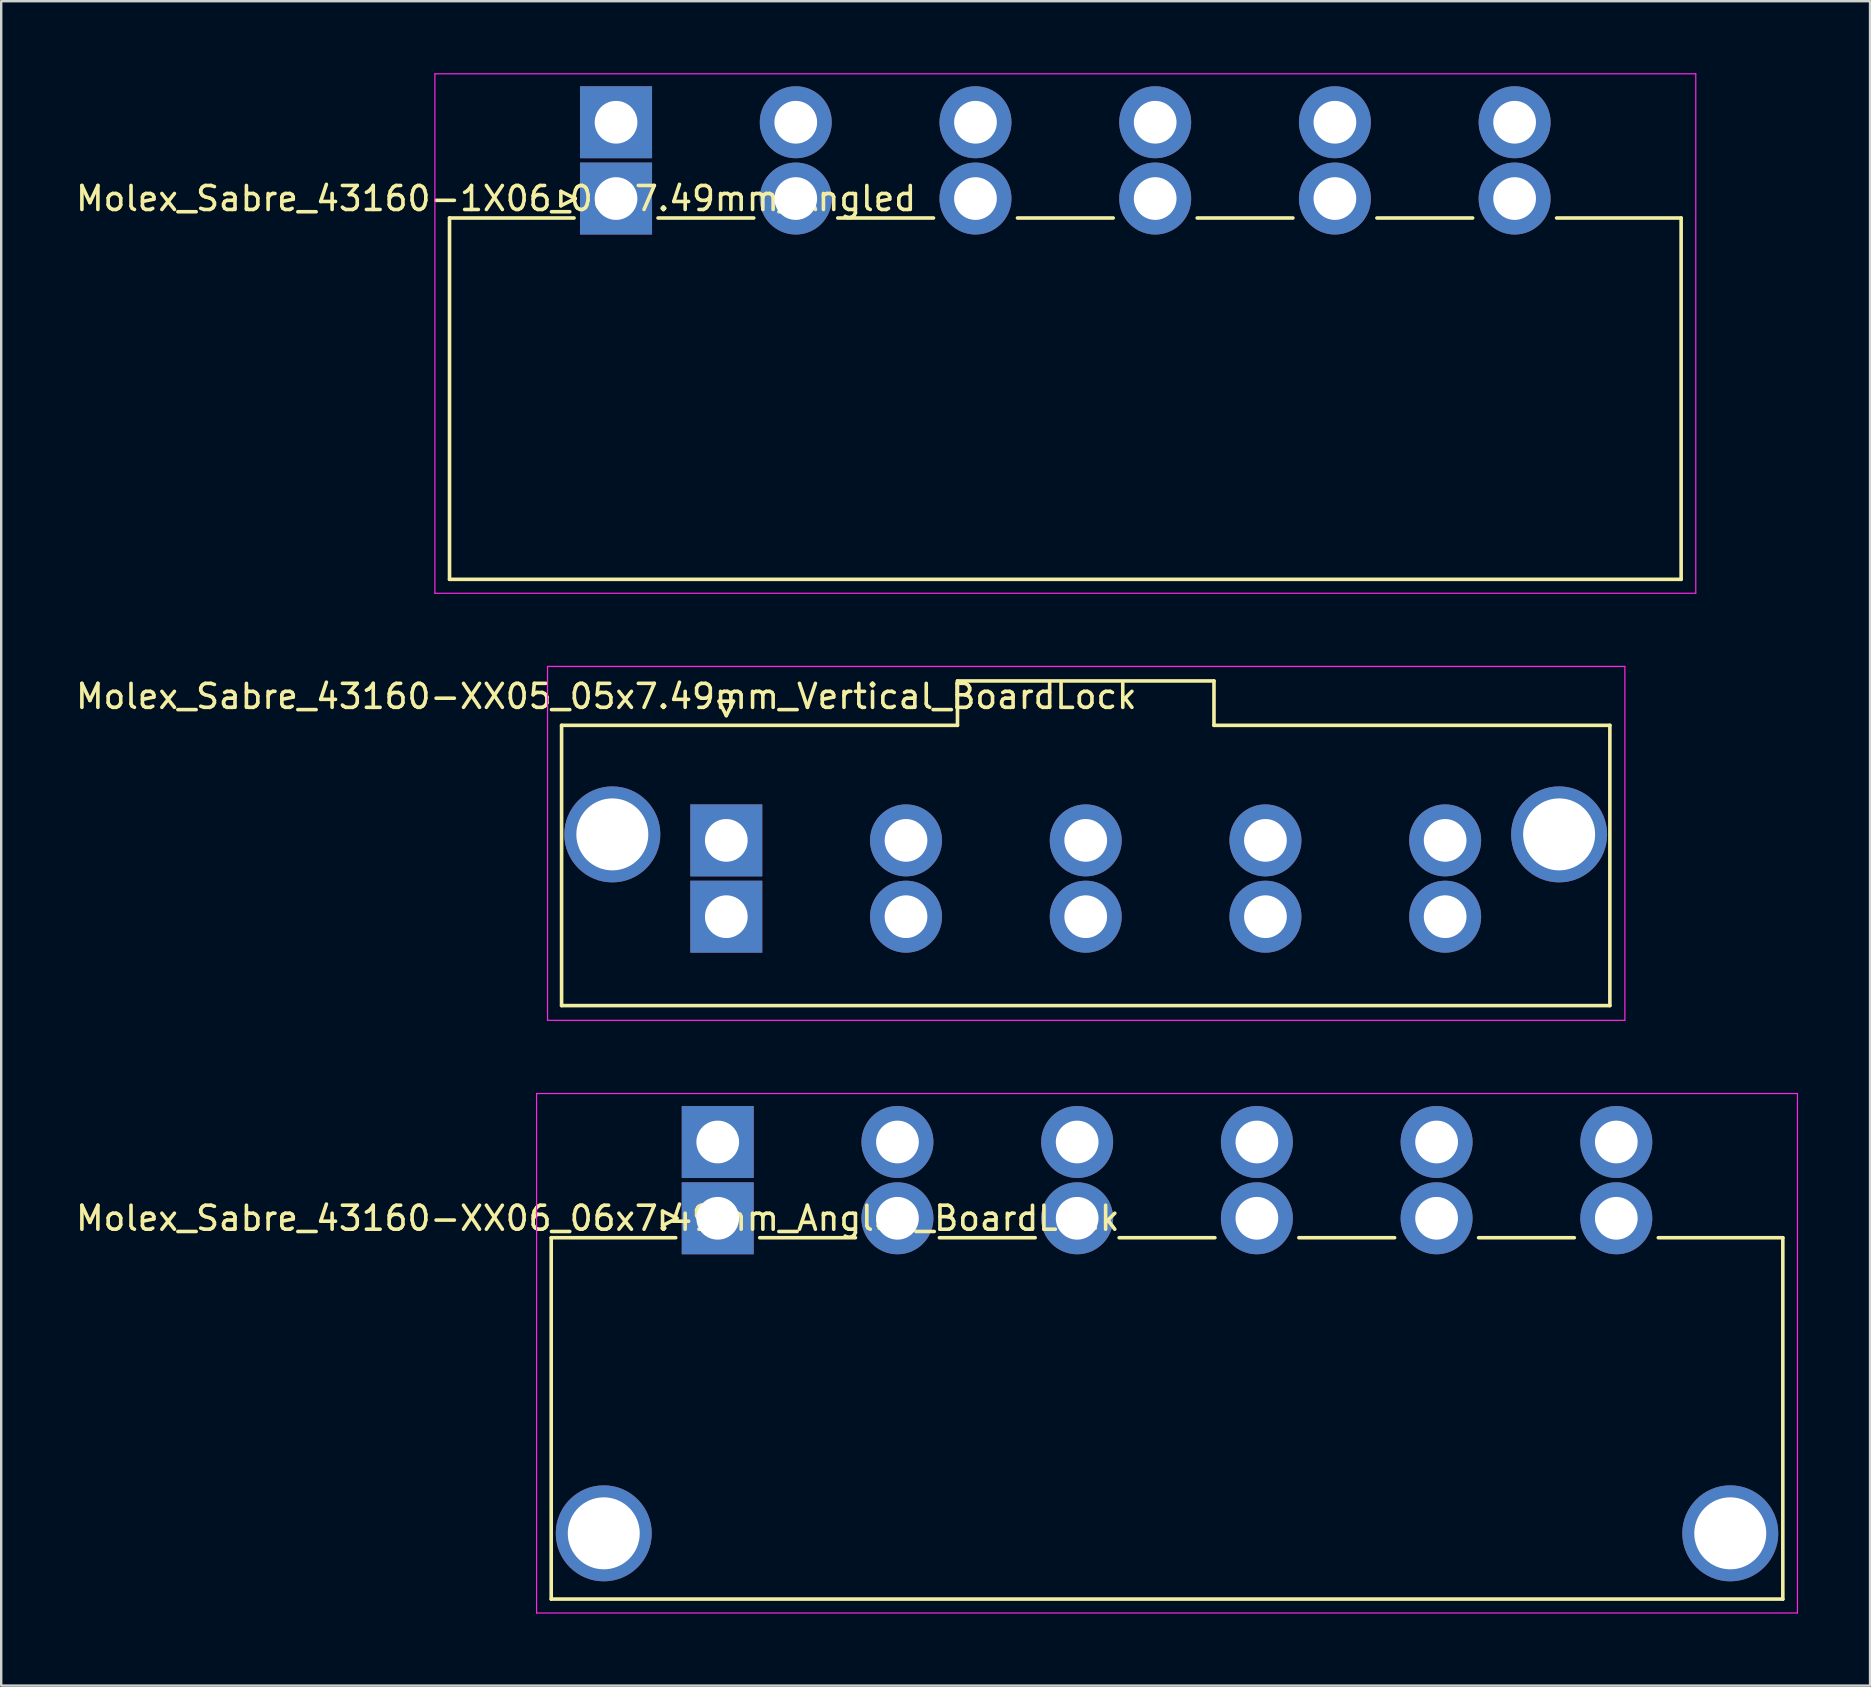
<source format=kicad_pcb>
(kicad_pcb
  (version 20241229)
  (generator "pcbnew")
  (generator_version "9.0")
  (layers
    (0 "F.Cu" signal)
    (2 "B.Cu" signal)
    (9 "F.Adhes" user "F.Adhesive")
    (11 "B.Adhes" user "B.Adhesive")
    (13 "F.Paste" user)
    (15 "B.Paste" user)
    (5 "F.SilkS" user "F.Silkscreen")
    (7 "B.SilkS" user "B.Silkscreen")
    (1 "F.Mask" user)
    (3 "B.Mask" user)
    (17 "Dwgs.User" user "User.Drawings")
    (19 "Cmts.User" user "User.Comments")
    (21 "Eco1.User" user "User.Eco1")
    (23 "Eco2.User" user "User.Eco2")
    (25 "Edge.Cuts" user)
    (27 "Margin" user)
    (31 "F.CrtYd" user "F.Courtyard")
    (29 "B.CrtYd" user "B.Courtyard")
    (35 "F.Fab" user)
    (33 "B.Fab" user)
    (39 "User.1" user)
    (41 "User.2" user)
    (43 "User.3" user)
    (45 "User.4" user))
  (footprint "Molex_Sabre_43160-XX05_05x7.49mm_Vertical_BoardLock"
    (layer "F.Cu")
    (at 27.22 31.975)
    (property "Reference" "Molex_Sabre_43160-XX05_05x7.49mm_Vertical_BoardLock" (at -5 -6 0) (layer "F.SilkS") (effects (font (size 1 1) (thickness 0.15))))
    (attr through_hole)
    (fp_line (start -6.865 -4.795) (end 9.635 -4.795) (stroke (width 0.15) (type solid)) (layer "F.SilkS"))
    (fp_line (start -6.865 6.885) (end -6.865 -4.795) (stroke (width 0.15) (type solid)) (layer "F.SilkS"))
    (fp_line (start -0.3 -5.8) (end 0 -5.2) (stroke (width 0.15) (type solid)) (layer "F.SilkS"))
    (fp_line (start 0 -5.2) (end 0.3 -5.8) (stroke (width 0.15) (type solid)) (layer "F.SilkS"))
    (fp_line (start 0.3 -5.8) (end -0.3 -5.8) (stroke (width 0.15) (type solid)) (layer "F.SilkS"))
    (fp_line (start 9.635 -6.645) (end 20.325 -6.645) (stroke (width 0.15) (type solid)) (layer "F.SilkS"))
    (fp_line (start 9.635 -4.795) (end 9.635 -6.645) (stroke (width 0.15) (type solid)) (layer "F.SilkS"))
    (fp_line (start 20.325 -6.645) (end 20.325 -4.795) (stroke (width 0.15) (type solid)) (layer "F.SilkS"))
    (fp_line (start 20.325 -4.795) (end 36.825 -4.795) (stroke (width 0.15) (type solid)) (layer "F.SilkS"))
    (fp_line (start 36.825 -4.795) (end 36.825 6.885) (stroke (width 0.15) (type solid)) (layer "F.SilkS"))
    (fp_line (start 36.825 6.885) (end -6.865 6.885) (stroke (width 0.15) (type solid)) (layer "F.SilkS"))
    (fp_line (start -7.45 -7.25) (end -7.45 7.5) (stroke (width 0.05) (type solid)) (layer "F.CrtYd"))
    (fp_line (start -7.45 7.5) (end 37.45 7.5) (stroke (width 0.05) (type solid)) (layer "F.CrtYd"))
    (fp_line (start 37.45 -7.25) (end -7.45 -7.25) (stroke (width 0.05) (type solid)) (layer "F.CrtYd"))
    (fp_line (start 37.45 7.5) (end 37.45 -7.25) (stroke (width 0.05) (type solid)) (layer "F.CrtYd"))
    (pad "" thru_hole circle (at -4.75 -0.25) (size 4 4) (drill 3) (layers "*.Cu" "*.Mask"))
    (pad "" thru_hole circle (at 34.71 -0.25) (size 4 4) (drill 3) (layers "*.Cu" "*.Mask"))
    (pad "1" thru_hole rect (at 0 0) (size 3 3) (drill 1.78) (layers "*.Cu" "*.Mask"))
    (pad "1" thru_hole rect (at 0 3.18) (size 3 3) (drill 1.78) (layers "*.Cu" "*.Mask"))
    (pad "2" thru_hole circle (at 7.49 0) (size 3 3) (drill 1.78) (layers "*.Cu" "*.Mask"))
    (pad "2" thru_hole circle (at 7.49 3.18) (size 3 3) (drill 1.78) (layers "*.Cu" "*.Mask"))
    (pad "3" thru_hole circle (at 14.98 0) (size 3 3) (drill 1.78) (layers "*.Cu" "*.Mask"))
    (pad "3" thru_hole circle (at 14.98 3.18) (size 3 3) (drill 1.78) (layers "*.Cu" "*.Mask"))
    (pad "4" thru_hole circle (at 22.47 0) (size 3 3) (drill 1.78) (layers "*.Cu" "*.Mask"))
    (pad "4" thru_hole circle (at 22.47 3.18) (size 3 3) (drill 1.78) (layers "*.Cu" "*.Mask"))
    (pad "5" thru_hole circle (at 29.96 0) (size 3 3) (drill 1.78) (layers "*.Cu" "*.Mask"))
    (pad "5" thru_hole circle (at 29.96 3.18) (size 3 3) (drill 1.78) (layers "*.Cu" "*.Mask")))
  (footprint "Molex_Sabre_43160-XX06_06x7.49mm_Angled_BoardLock"
    (layer "F.Cu")
    (at 26.863 47.725)
    (property "Reference" "Molex_Sabre_43160-XX06_06x7.49mm_Angled_BoardLock" (at -5 0 0) (layer "F.SilkS") (effects (font (size 1 1) (thickness 0.15))))
    (attr through_hole)
    (fp_line (start -6.94 0.81) (end -6.94 15.87) (stroke (width 0.15) (type solid)) (layer "F.SilkS"))
    (fp_line (start -6.94 0.81) (end -1.75 0.81) (stroke (width 0.15) (type solid)) (layer "F.SilkS"))
    (fp_line (start -6.94 15.87) (end 44.39 15.87) (stroke (width 0.15) (type solid)) (layer "F.SilkS"))
    (fp_line (start -2.3 -0.3) (end -1.7 0) (stroke (width 0.15) (type solid)) (layer "F.SilkS"))
    (fp_line (start -2.3 0.3) (end -2.3 -0.3) (stroke (width 0.15) (type solid)) (layer "F.SilkS"))
    (fp_line (start -1.7 0) (end -2.3 0.3) (stroke (width 0.15) (type solid)) (layer "F.SilkS"))
    (fp_line (start 1.75 0.81) (end 5.74 0.81) (stroke (width 0.15) (type solid)) (layer "F.SilkS"))
    (fp_line (start 9.24 0.81) (end 13.23 0.81) (stroke (width 0.15) (type solid)) (layer "F.SilkS"))
    (fp_line (start 16.73 0.81) (end 20.72 0.81) (stroke (width 0.15) (type solid)) (layer "F.SilkS"))
    (fp_line (start 24.22 0.81) (end 28.21 0.81) (stroke (width 0.15) (type solid)) (layer "F.SilkS"))
    (fp_line (start 31.71 0.81) (end 35.7 0.81) (stroke (width 0.15) (type solid)) (layer "F.SilkS"))
    (fp_line (start 39.2 0.81) (end 44.39 0.81) (stroke (width 0.15) (type solid)) (layer "F.SilkS"))
    (fp_line (start 44.39 15.87) (end 44.39 0.81) (stroke (width 0.15) (type solid)) (layer "F.SilkS"))
    (fp_line (start -7.55 -5.2) (end -7.55 16.45) (stroke (width 0.05) (type solid)) (layer "F.CrtYd"))
    (fp_line (start -7.55 16.45) (end 45 16.45) (stroke (width 0.05) (type solid)) (layer "F.CrtYd"))
    (fp_line (start 45 -5.2) (end -7.55 -5.2) (stroke (width 0.05) (type solid)) (layer "F.CrtYd"))
    (fp_line (start 45 16.45) (end 45 -5.2) (stroke (width 0.05) (type solid)) (layer "F.CrtYd"))
    (pad "" thru_hole circle (at -4.75 13.13) (size 4 4) (drill 3) (layers "*.Cu" "*.Mask"))
    (pad "" thru_hole circle (at 42.2 13.13) (size 4 4) (drill 3) (layers "*.Cu" "*.Mask"))
    (pad "1" thru_hole rect (at 0 -3.18) (size 3 3) (drill 1.78) (layers "*.Cu" "*.Mask"))
    (pad "1" thru_hole rect (at 0 0) (size 3 3) (drill 1.78) (layers "*.Cu" "*.Mask"))
    (pad "2" thru_hole circle (at 7.49 -3.18) (size 3 3) (drill 1.78) (layers "*.Cu" "*.Mask"))
    (pad "2" thru_hole circle (at 7.49 0) (size 3 3) (drill 1.78) (layers "*.Cu" "*.Mask"))
    (pad "3" thru_hole circle (at 14.98 -3.18) (size 3 3) (drill 1.78) (layers "*.Cu" "*.Mask"))
    (pad "3" thru_hole circle (at 14.98 0) (size 3 3) (drill 1.78) (layers "*.Cu" "*.Mask"))
    (pad "4" thru_hole circle (at 22.47 -3.18) (size 3 3) (drill 1.78) (layers "*.Cu" "*.Mask"))
    (pad "4" thru_hole circle (at 22.47 0) (size 3 3) (drill 1.78) (layers "*.Cu" "*.Mask"))
    (pad "5" thru_hole circle (at 29.96 -3.18) (size 3 3) (drill 1.78) (layers "*.Cu" "*.Mask"))
    (pad "5" thru_hole circle (at 29.96 0) (size 3 3) (drill 1.78) (layers "*.Cu" "*.Mask"))
    (pad "6" thru_hole circle (at 37.45 -3.18) (size 3 3) (drill 1.78) (layers "*.Cu" "*.Mask"))
    (pad "6" thru_hole circle (at 37.45 0) (size 3 3) (drill 1.78) (layers "*.Cu" "*.Mask")))
  (footprint "Molex_Sabre_43160-1X06_06x7.49mm_Angled"
    (layer "F.Cu")
    (at 22.625 5.225)
    (property "Reference" "Molex_Sabre_43160-1X06_06x7.49mm_Angled" (at -5 0 0) (layer "F.SilkS") (effects (font (size 1 1) (thickness 0.15))))
    (attr through_hole)
    (fp_line (start -6.94 0.81) (end -6.94 15.87) (stroke (width 0.15) (type solid)) (layer "F.SilkS"))
    (fp_line (start -6.94 0.81) (end -1.75 0.81) (stroke (width 0.15) (type solid)) (layer "F.SilkS"))
    (fp_line (start -6.94 15.87) (end 44.39 15.87) (stroke (width 0.15) (type solid)) (layer "F.SilkS"))
    (fp_line (start -2.3 -0.3) (end -1.7 0) (stroke (width 0.15) (type solid)) (layer "F.SilkS"))
    (fp_line (start -2.3 0.3) (end -2.3 -0.3) (stroke (width 0.15) (type solid)) (layer "F.SilkS"))
    (fp_line (start -1.7 0) (end -2.3 0.3) (stroke (width 0.15) (type solid)) (layer "F.SilkS"))
    (fp_line (start 1.75 0.81) (end 5.74 0.81) (stroke (width 0.15) (type solid)) (layer "F.SilkS"))
    (fp_line (start 9.24 0.81) (end 13.23 0.81) (stroke (width 0.15) (type solid)) (layer "F.SilkS"))
    (fp_line (start 16.73 0.81) (end 20.72 0.81) (stroke (width 0.15) (type solid)) (layer "F.SilkS"))
    (fp_line (start 24.22 0.81) (end 28.21 0.81) (stroke (width 0.15) (type solid)) (layer "F.SilkS"))
    (fp_line (start 31.71 0.81) (end 35.7 0.81) (stroke (width 0.15) (type solid)) (layer "F.SilkS"))
    (fp_line (start 39.2 0.81) (end 44.39 0.81) (stroke (width 0.15) (type solid)) (layer "F.SilkS"))
    (fp_line (start 44.39 15.87) (end 44.39 0.81) (stroke (width 0.15) (type solid)) (layer "F.SilkS"))
    (fp_line (start -7.55 -5.2) (end -7.55 16.45) (stroke (width 0.05) (type solid)) (layer "F.CrtYd"))
    (fp_line (start -7.55 16.45) (end 45 16.45) (stroke (width 0.05) (type solid)) (layer "F.CrtYd"))
    (fp_line (start 45 -5.2) (end -7.55 -5.2) (stroke (width 0.05) (type solid)) (layer "F.CrtYd"))
    (fp_line (start 45 16.45) (end 45 -5.2) (stroke (width 0.05) (type solid)) (layer "F.CrtYd"))
    (pad "1" thru_hole rect (at 0 -3.18) (size 3 3) (drill 1.78) (layers "*.Cu" "*.Mask"))
    (pad "1" thru_hole rect (at 0 0) (size 3 3) (drill 1.78) (layers "*.Cu" "*.Mask"))
    (pad "2" thru_hole circle (at 7.49 -3.18) (size 3 3) (drill 1.78) (layers "*.Cu" "*.Mask"))
    (pad "2" thru_hole circle (at 7.49 0) (size 3 3) (drill 1.78) (layers "*.Cu" "*.Mask"))
    (pad "3" thru_hole circle (at 14.98 -3.18) (size 3 3) (drill 1.78) (layers "*.Cu" "*.Mask"))
    (pad "3" thru_hole circle (at 14.98 0) (size 3 3) (drill 1.78) (layers "*.Cu" "*.Mask"))
    (pad "4" thru_hole circle (at 22.47 -3.18) (size 3 3) (drill 1.78) (layers "*.Cu" "*.Mask"))
    (pad "4" thru_hole circle (at 22.47 0) (size 3 3) (drill 1.78) (layers "*.Cu" "*.Mask"))
    (pad "5" thru_hole circle (at 29.96 -3.18) (size 3 3) (drill 1.78) (layers "*.Cu" "*.Mask"))
    (pad "5" thru_hole circle (at 29.96 0) (size 3 3) (drill 1.78) (layers "*.Cu" "*.Mask"))
    (pad "6" thru_hole circle (at 37.45 -3.18) (size 3 3) (drill 1.78) (layers "*.Cu" "*.Mask"))
    (pad "6" thru_hole circle (at 37.45 0) (size 3 3) (drill 1.78) (layers "*.Cu" "*.Mask")))
  (gr_rect
    (start -3 -3)
    (end 74.888 67.2)
    (stroke (width 0.1) (type default))
    (fill no)
    (layer "Edge.Cuts")))
</source>
